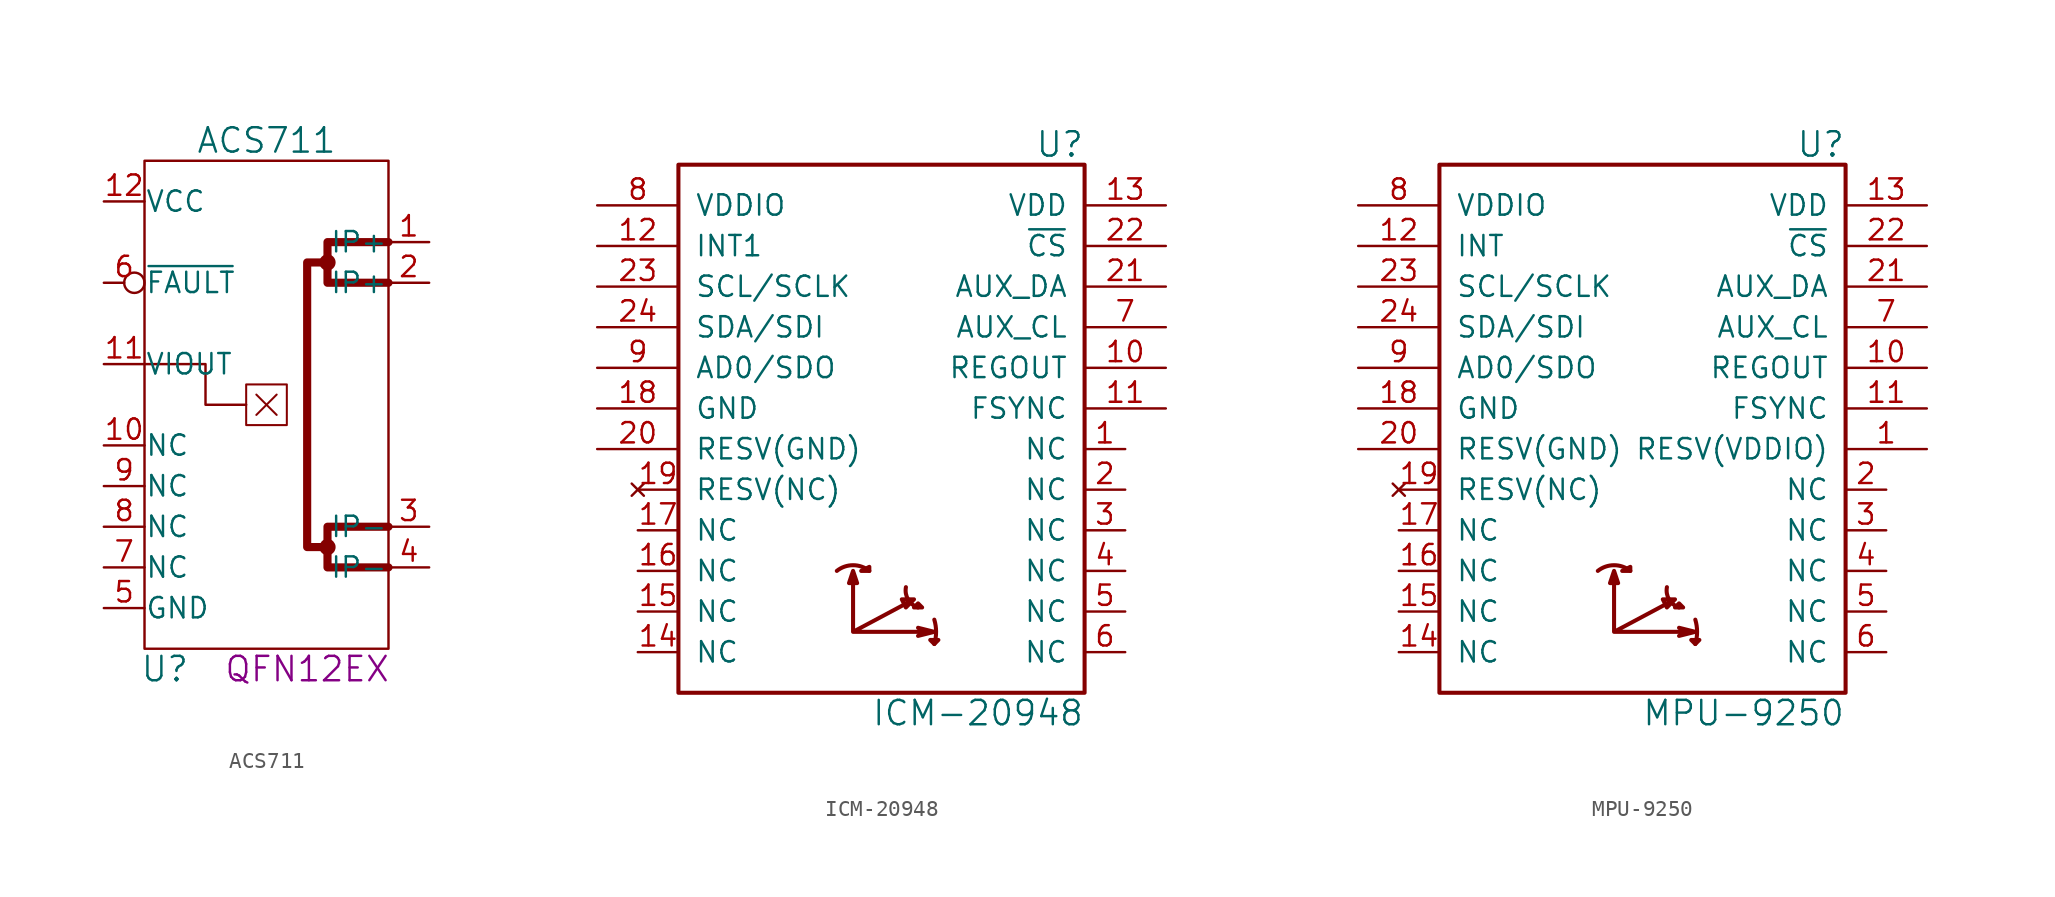
<source format=kicad_sym>
(kicad_symbol_lib
  (version 20211014)
  (generator kicad_symbol_editor)
  (symbol "ACS711"
    (pin_names
      (offset 0.025))
    (property "Reference" "U"
      (at -6.35 -16.51 0)
      (effects (font (size 1.524 1.524))))
    (property "Value" "ACS711"
      (at 0 16.51 0)
      (effects (font (size 1.524 1.524))))
    (property "Footprint" "QFN12EX"
      (at 2.54 -16.51 0)
      (effects (font (size 1.524 1.524))))
    (property "Datasheet" ""
      (at -3.81 5.08 0)
      (effects (font (size 1.524 1.524))))
    (symbol "ACS711_0_1"
      (rectangle (start -7.62 15.24) (end 7.62 -15.24) (stroke (width 0) (type default) (color 0 0 0 0)) (fill (type none)))
      (rectangle (start -1.27 1.27) (end 1.27 -1.27) (stroke (width 0.127) (type default) (color 0 0 0 0)) (fill (type none)))
      (polyline (pts (xy -0.635 0.635) (xy 0.635 -0.635)) (stroke (width 0.127) (type default) (color 0 0 0 0)) (fill (type none)))
      (polyline (pts (xy 0.635 0.635) (xy -0.635 -0.635)) (stroke (width 0.127) (type default) (color 0 0 0 0)) (fill (type none)))
      (polyline (pts (xy -1.27 0) (xy -3.81 0) (xy -3.81 2.54) (xy -7.62 2.54)) (stroke (width 0) (type default) (color 0 0 0 0)) (fill (type none)))
      (polyline (pts (xy 3.81 8.89) (xy 2.54 8.89) (xy 2.54 -8.89) (xy 3.81 -8.89)) (stroke (width 0.508) (type default) (color 0 0 0 0)) (fill (type none)))
      (polyline (pts (xy 7.62 -7.62) (xy 3.81 -7.62) (xy 3.81 -10.16) (xy 7.62 -10.16)) (stroke (width 0.508) (type default) (color 0 0 0 0)) (fill (type none)))
      (polyline (pts (xy 7.62 10.16) (xy 3.81 10.16) (xy 3.81 7.62) (xy 7.62 7.62)) (stroke (width 0.508) (type default) (color 0 0 0 0)) (fill (type none)))
      (circle (center 3.81 -8.89) (radius 0.254) (stroke (width 0.508) (type default) (color 0 0 0 0)) (fill (type none)))
      (circle (center 3.81 8.89) (radius 0.254) (stroke (width 0.508) (type default) (color 0 0 0 0)) (fill (type none))))
    (symbol "ACS711_1_1"
      (pin passive line (at 10.16 10.16 180) (length 2.54) (name "IP+" (effects (font (size 1.27 1.27)))) (number "1" (effects (font (size 1.27 1.27)))))
      (pin passive line (at -10.16 -2.54 0) (length 2.54) (name "NC" (effects (font (size 1.27 1.27)))) (number "10" (effects (font (size 1.27 1.27)))))
      (pin power_in line (at -10.16 2.54 0) (length 2.54) (name "VIOUT" (effects (font (size 1.27 1.27)))) (number "11" (effects (font (size 1.27 1.27)))))
      (pin power_in line (at -10.16 12.7 0) (length 2.54) (name "VCC" (effects (font (size 1.27 1.27)))) (number "12" (effects (font (size 1.27 1.27)))))
      (pin passive line (at 10.16 7.62 180) (length 2.54) (name "IP+" (effects (font (size 1.27 1.27)))) (number "2" (effects (font (size 1.27 1.27)))))
      (pin passive line (at 10.16 -7.62 180) (length 2.54) (name "IP-" (effects (font (size 1.27 1.27)))) (number "3" (effects (font (size 1.27 1.27)))))
      (pin passive line (at 10.16 -10.16 180) (length 2.54) (name "IP-" (effects (font (size 1.27 1.27)))) (number "4" (effects (font (size 1.27 1.27)))))
      (pin power_in line (at -10.16 -12.7 0) (length 2.54) (name "GND" (effects (font (size 1.27 1.27)))) (number "5" (effects (font (size 1.27 1.27)))))
      (pin open_collector inverted (at -10.16 7.62 0) (length 2.54) (name "~{FAULT}" (effects (font (size 1.27 1.27)))) (number "6" (effects (font (size 1.27 1.27)))))
      (pin passive line (at -10.16 -10.16 0) (length 2.54) (name "NC" (effects (font (size 1.27 1.27)))) (number "7" (effects (font (size 1.27 1.27)))))
      (pin passive line (at -10.16 -7.62 0) (length 2.54) (name "NC" (effects (font (size 1.27 1.27)))) (number "8" (effects (font (size 1.27 1.27)))))
      (pin passive line (at -10.16 -5.08 0) (length 2.54) (name "NC" (effects (font (size 1.27 1.27)))) (number "9" (effects (font (size 1.27 1.27)))))))
  (symbol "ICM-20948"
    (pin_names
      (offset 1.016))
    (property "Reference" "U"
      (at 12.7 19.05 0)
      (effects (font (size 1.524 1.524)) (justify right)))
    (property "Value" "ICM-20948"
      (at 12.7 -16.51 0)
      (effects (font (size 1.524 1.524)) (justify right)))
    (property "Footprint" ""
      (at 0 0 0)
      (effects (font (size 1.524 1.524))))
    (property "Datasheet" ""
      (at 0 0 0)
      (effects (font (size 1.524 1.524))))
    (symbol "ICM-20948_0_1"
      (arc (start -0.762 -7.62) (mid -1.778 -7.2636) (end -2.794 -7.62) (stroke (width 0.254) (type default) (color 0 0 0 0)) (fill (type none)))
      (polyline (pts (xy -0.762 -7.366) (xy -0.762 -7.62) (xy -1.27 -7.62) (xy -0.762 -7.366)) (stroke (width 0.254) (type default) (color 0 0 0 0)) (fill (type none)))
      (polyline (pts (xy 2.286 -9.652) (xy 2.54 -9.906) (xy 2.032 -9.906) (xy 2.286 -9.652)) (stroke (width 0.254) (type default) (color 0 0 0 0)) (fill (type none)))
      (polyline (pts (xy 3.048 -11.938) (xy 3.302 -12.192) (xy 3.556 -11.938) (xy 3.048 -11.938)) (stroke (width 0.254) (type default) (color 0 0 0 0)) (fill (type none)))
      (polyline (pts (xy -12.7 17.78) (xy 12.7 17.78) (xy 12.7 -15.24) (xy -12.7 -15.24) (xy -12.7 17.78)) (stroke (width 0.254) (type default) (color 0 0 0 0)) (fill (type none)))
      (polyline (pts (xy 2.286 -11.176) (xy 3.302 -11.43) (xy 2.286 -11.684) (xy 3.302 -11.43) (xy -1.778 -11.43) (xy 2.032 -9.398) (xy 1.524 -9.906) (xy 1.27 -9.398) (xy 2.032 -9.398) (xy -1.778 -11.43) (xy -1.778 -7.62) (xy -1.524 -8.382) (xy -2.032 -8.382) (xy -1.778 -7.62)) (stroke (width 0.254) (type default) (color 0 0 0 0)) (fill (type none)))
      (arc (start 1.524 -8.636) (mid 1.6652 -9.4136) (end 2.286 -9.906) (stroke (width 0.254) (type default) (color 0 0 0 0)) (fill (type none)))
      (arc (start 3.302 -12.192) (mid 3.4138 -11.43) (end 3.302 -10.668) (stroke (width 0.254) (type default) (color 0 0 0 0)) (fill (type none))))
    (symbol "ICM-20948_1_1"
      (pin passive line (at 15.24 0 180) (length 2.54) (name "NC" (effects (font (size 1.27 1.27)))) (number "1" (effects (font (size 1.27 1.27)))))
      (pin power_out line (at 17.78 5.08 180) (length 5.08) (name "REGOUT" (effects (font (size 1.27 1.27)))) (number "10" (effects (font (size 1.27 1.27)))))
      (pin input line (at 17.78 2.54 180) (length 5.08) (name "FSYNC" (effects (font (size 1.27 1.27)))) (number "11" (effects (font (size 1.27 1.27)))))
      (pin input line (at -17.78 12.7 0) (length 5.08) (name "INT1" (effects (font (size 1.27 1.27)))) (number "12" (effects (font (size 1.27 1.27)))))
      (pin power_in line (at 17.78 15.24 180) (length 5.08) (name "VDD" (effects (font (size 1.27 1.27)))) (number "13" (effects (font (size 1.27 1.27)))))
      (pin passive line (at -15.24 -12.7 0) (length 2.54) (name "NC" (effects (font (size 1.27 1.27)))) (number "14" (effects (font (size 1.27 1.27)))))
      (pin passive line (at -15.24 -10.16 0) (length 2.54) (name "NC" (effects (font (size 1.27 1.27)))) (number "15" (effects (font (size 1.27 1.27)))))
      (pin passive line (at -15.24 -7.62 0) (length 2.54) (name "NC" (effects (font (size 1.27 1.27)))) (number "16" (effects (font (size 1.27 1.27)))))
      (pin passive line (at -15.24 -5.08 0) (length 2.54) (name "NC" (effects (font (size 1.27 1.27)))) (number "17" (effects (font (size 1.27 1.27)))))
      (pin power_in line (at -17.78 2.54 0) (length 5.08) (name "GND" (effects (font (size 1.27 1.27)))) (number "18" (effects (font (size 1.27 1.27)))))
      (pin no_connect line (at -15.24 -2.54 0) (length 2.54) (name "RESV(NC)" (effects (font (size 1.27 1.27)))) (number "19" (effects (font (size 1.27 1.27)))))
      (pin passive line (at 15.24 -2.54 180) (length 2.54) (name "NC" (effects (font (size 1.27 1.27)))) (number "2" (effects (font (size 1.27 1.27)))))
      (pin passive line (at -17.78 0 0) (length 5.08) (name "RESV(GND)" (effects (font (size 1.27 1.27)))) (number "20" (effects (font (size 1.27 1.27)))))
      (pin bidirectional line (at 17.78 10.16 180) (length 5.08) (name "AUX_DA" (effects (font (size 1.27 1.27)))) (number "21" (effects (font (size 1.27 1.27)))))
      (pin input line (at 17.78 12.7 180) (length 5.08) (name "~{CS}" (effects (font (size 1.27 1.27)))) (number "22" (effects (font (size 1.27 1.27)))))
      (pin input line (at -17.78 10.16 0) (length 5.08) (name "SCL/SCLK" (effects (font (size 1.27 1.27)))) (number "23" (effects (font (size 1.27 1.27)))))
      (pin bidirectional line (at -17.78 7.62 0) (length 5.08) (name "SDA/SDI" (effects (font (size 1.27 1.27)))) (number "24" (effects (font (size 1.27 1.27)))))
      (pin passive line (at 15.24 -5.08 180) (length 2.54) (name "NC" (effects (font (size 1.27 1.27)))) (number "3" (effects (font (size 1.27 1.27)))))
      (pin passive line (at 15.24 -7.62 180) (length 2.54) (name "NC" (effects (font (size 1.27 1.27)))) (number "4" (effects (font (size 1.27 1.27)))))
      (pin passive line (at 15.24 -10.16 180) (length 2.54) (name "NC" (effects (font (size 1.27 1.27)))) (number "5" (effects (font (size 1.27 1.27)))))
      (pin passive line (at 15.24 -12.7 180) (length 2.54) (name "NC" (effects (font (size 1.27 1.27)))) (number "6" (effects (font (size 1.27 1.27)))))
      (pin output line (at 17.78 7.62 180) (length 5.08) (name "AUX_CL" (effects (font (size 1.27 1.27)))) (number "7" (effects (font (size 1.27 1.27)))))
      (pin power_in line (at -17.78 15.24 0) (length 5.08) (name "VDDIO" (effects (font (size 1.27 1.27)))) (number "8" (effects (font (size 1.27 1.27)))))
      (pin bidirectional line (at -17.78 5.08 0) (length 5.08) (name "AD0/SDO" (effects (font (size 1.27 1.27)))) (number "9" (effects (font (size 1.27 1.27)))))))
  (symbol "MPU-9250"
    (pin_names
      (offset 1.016))
    (property "Reference" "U"
      (at 12.7 19.05 0)
      (effects (font (size 1.524 1.524)) (justify right)))
    (property "Value" "MPU-9250"
      (at 12.7 -16.51 0)
      (effects (font (size 1.524 1.524)) (justify right)))
    (property "Footprint" ""
      (at 0 0 0)
      (effects (font (size 1.524 1.524))))
    (property "Datasheet" ""
      (at 0 0 0)
      (effects (font (size 1.524 1.524))))
    (symbol "MPU-9250_0_1"
      (arc (start -0.762 -7.62) (mid -1.778 -7.2636) (end -2.794 -7.62) (stroke (width 0.254) (type default) (color 0 0 0 0)) (fill (type none)))
      (polyline (pts (xy -0.762 -7.366) (xy -0.762 -7.62) (xy -1.27 -7.62) (xy -0.762 -7.366)) (stroke (width 0.254) (type default) (color 0 0 0 0)) (fill (type none)))
      (polyline (pts (xy 2.286 -9.652) (xy 2.54 -9.906) (xy 2.032 -9.906) (xy 2.286 -9.652)) (stroke (width 0.254) (type default) (color 0 0 0 0)) (fill (type none)))
      (polyline (pts (xy 3.048 -11.938) (xy 3.302 -12.192) (xy 3.556 -11.938) (xy 3.048 -11.938)) (stroke (width 0.254) (type default) (color 0 0 0 0)) (fill (type none)))
      (polyline (pts (xy -12.7 17.78) (xy 12.7 17.78) (xy 12.7 -15.24) (xy -12.7 -15.24) (xy -12.7 17.78)) (stroke (width 0.254) (type default) (color 0 0 0 0)) (fill (type none)))
      (polyline (pts (xy 2.286 -11.176) (xy 3.302 -11.43) (xy 2.286 -11.684) (xy 3.302 -11.43) (xy -1.778 -11.43) (xy 2.032 -9.398) (xy 1.524 -9.906) (xy 1.27 -9.398) (xy 2.032 -9.398) (xy -1.778 -11.43) (xy -1.778 -7.62) (xy -1.524 -8.382) (xy -2.032 -8.382) (xy -1.778 -7.62)) (stroke (width 0.254) (type default) (color 0 0 0 0)) (fill (type none)))
      (arc (start 1.524 -8.636) (mid 1.6652 -9.4136) (end 2.286 -9.906) (stroke (width 0.254) (type default) (color 0 0 0 0)) (fill (type none)))
      (arc (start 3.302 -12.192) (mid 3.4138 -11.43) (end 3.302 -10.668) (stroke (width 0.254) (type default) (color 0 0 0 0)) (fill (type none))))
    (symbol "MPU-9250_1_1"
      (pin passive line (at 17.78 0 180) (length 5.08) (name "RESV(VDDIO)" (effects (font (size 1.27 1.27)))) (number "1" (effects (font (size 1.27 1.27)))))
      (pin power_out line (at 17.78 5.08 180) (length 5.08) (name "REGOUT" (effects (font (size 1.27 1.27)))) (number "10" (effects (font (size 1.27 1.27)))))
      (pin input line (at 17.78 2.54 180) (length 5.08) (name "FSYNC" (effects (font (size 1.27 1.27)))) (number "11" (effects (font (size 1.27 1.27)))))
      (pin input line (at -17.78 12.7 0) (length 5.08) (name "INT" (effects (font (size 1.27 1.27)))) (number "12" (effects (font (size 1.27 1.27)))))
      (pin power_in line (at 17.78 15.24 180) (length 5.08) (name "VDD" (effects (font (size 1.27 1.27)))) (number "13" (effects (font (size 1.27 1.27)))))
      (pin passive line (at -15.24 -12.7 0) (length 2.54) (name "NC" (effects (font (size 1.27 1.27)))) (number "14" (effects (font (size 1.27 1.27)))))
      (pin passive line (at -15.24 -10.16 0) (length 2.54) (name "NC" (effects (font (size 1.27 1.27)))) (number "15" (effects (font (size 1.27 1.27)))))
      (pin passive line (at -15.24 -7.62 0) (length 2.54) (name "NC" (effects (font (size 1.27 1.27)))) (number "16" (effects (font (size 1.27 1.27)))))
      (pin passive line (at -15.24 -5.08 0) (length 2.54) (name "NC" (effects (font (size 1.27 1.27)))) (number "17" (effects (font (size 1.27 1.27)))))
      (pin power_in line (at -17.78 2.54 0) (length 5.08) (name "GND" (effects (font (size 1.27 1.27)))) (number "18" (effects (font (size 1.27 1.27)))))
      (pin no_connect line (at -15.24 -2.54 0) (length 2.54) (name "RESV(NC)" (effects (font (size 1.27 1.27)))) (number "19" (effects (font (size 1.27 1.27)))))
      (pin passive line (at 15.24 -2.54 180) (length 2.54) (name "NC" (effects (font (size 1.27 1.27)))) (number "2" (effects (font (size 1.27 1.27)))))
      (pin passive line (at -17.78 0 0) (length 5.08) (name "RESV(GND)" (effects (font (size 1.27 1.27)))) (number "20" (effects (font (size 1.27 1.27)))))
      (pin bidirectional line (at 17.78 10.16 180) (length 5.08) (name "AUX_DA" (effects (font (size 1.27 1.27)))) (number "21" (effects (font (size 1.27 1.27)))))
      (pin input line (at 17.78 12.7 180) (length 5.08) (name "~{CS}" (effects (font (size 1.27 1.27)))) (number "22" (effects (font (size 1.27 1.27)))))
      (pin input line (at -17.78 10.16 0) (length 5.08) (name "SCL/SCLK" (effects (font (size 1.27 1.27)))) (number "23" (effects (font (size 1.27 1.27)))))
      (pin bidirectional line (at -17.78 7.62 0) (length 5.08) (name "SDA/SDI" (effects (font (size 1.27 1.27)))) (number "24" (effects (font (size 1.27 1.27)))))
      (pin passive line (at 15.24 -5.08 180) (length 2.54) (name "NC" (effects (font (size 1.27 1.27)))) (number "3" (effects (font (size 1.27 1.27)))))
      (pin passive line (at 15.24 -7.62 180) (length 2.54) (name "NC" (effects (font (size 1.27 1.27)))) (number "4" (effects (font (size 1.27 1.27)))))
      (pin passive line (at 15.24 -10.16 180) (length 2.54) (name "NC" (effects (font (size 1.27 1.27)))) (number "5" (effects (font (size 1.27 1.27)))))
      (pin passive line (at 15.24 -12.7 180) (length 2.54) (name "NC" (effects (font (size 1.27 1.27)))) (number "6" (effects (font (size 1.27 1.27)))))
      (pin output line (at 17.78 7.62 180) (length 5.08) (name "AUX_CL" (effects (font (size 1.27 1.27)))) (number "7" (effects (font (size 1.27 1.27)))))
      (pin power_in line (at -17.78 15.24 0) (length 5.08) (name "VDDIO" (effects (font (size 1.27 1.27)))) (number "8" (effects (font (size 1.27 1.27)))))
      (pin bidirectional line (at -17.78 5.08 0) (length 5.08) (name "AD0/SDO" (effects (font (size 1.27 1.27)))) (number "9" (effects (font (size 1.27 1.27))))))))
</source>
